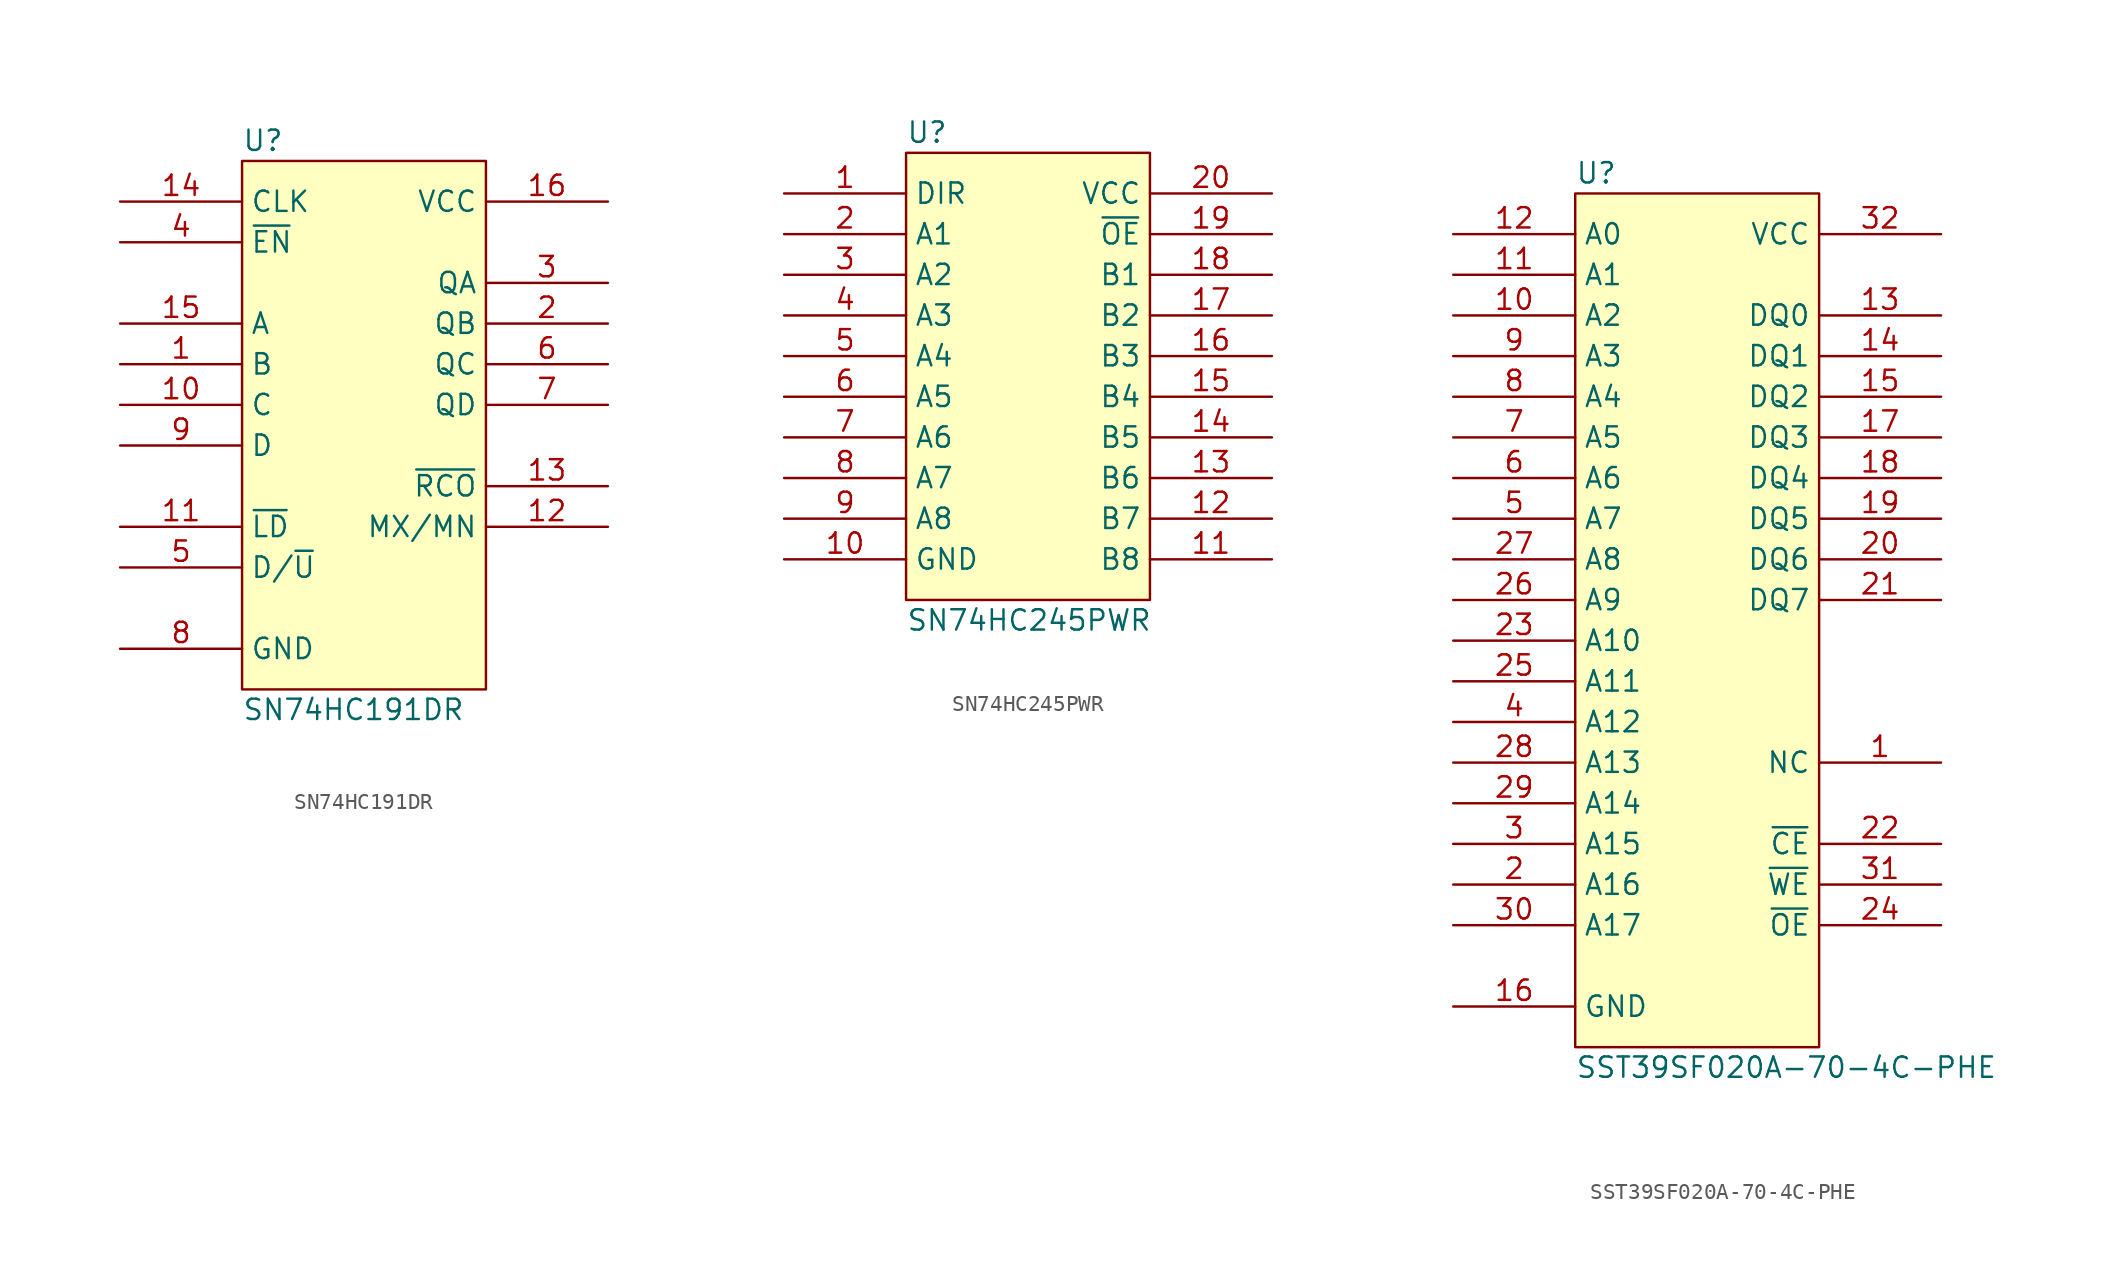
<source format=kicad_sym>
(kicad_symbol_lib
  (version 20211014)
  (generator kicad_symbol_editor)
  (symbol "SN74HC191DR"
    (property "Reference" "U"
      (at 0 3.81 0)
      (effects (font (size 1.27 1.27)) (justify left)))
    (property "Value" "SN74HC191DR"
      (at 0 -31.75 0)
      (effects (font (size 1.27 1.27)) (justify left)))
    (symbol "SN74HC191DR_1_0"
      (rectangle (start 15.24 2.54) (end 0 -30.48) (stroke (width 0) (type default) (color 0 0 0 0)) (fill (type background)))
      (pin input line (at -7.62 -10.16 0) (length 7.62) (name "B" (effects (font (size 1.27 1.27)))) (number "1" (effects (font (size 1.27 1.27)))))
      (pin input line (at -7.62 -12.7 0) (length 7.62) (name "C" (effects (font (size 1.27 1.27)))) (number "10" (effects (font (size 1.27 1.27)))))
      (pin input line (at -7.62 -20.32 0) (length 7.62) (name "~{LD}" (effects (font (size 1.27 1.27)))) (number "11" (effects (font (size 1.27 1.27)))))
      (pin output line (at 22.86 -20.32 180) (length 7.62) (name "MX/MN" (effects (font (size 1.27 1.27)))) (number "12" (effects (font (size 1.27 1.27)))))
      (pin output line (at 22.86 -17.78 180) (length 7.62) (name "~{RCO}" (effects (font (size 1.27 1.27)))) (number "13" (effects (font (size 1.27 1.27)))))
      (pin input line (at -7.62 0 0) (length 7.62) (name "CLK" (effects (font (size 1.27 1.27)))) (number "14" (effects (font (size 1.27 1.27)))))
      (pin input line (at -7.62 -7.62 0) (length 7.62) (name "A" (effects (font (size 1.27 1.27)))) (number "15" (effects (font (size 1.27 1.27)))))
      (pin power_in line (at 22.86 0 180) (length 7.62) (name "VCC" (effects (font (size 1.27 1.27)))) (number "16" (effects (font (size 1.27 1.27)))))
      (pin output line (at 22.86 -7.62 180) (length 7.62) (name "QB" (effects (font (size 1.27 1.27)))) (number "2" (effects (font (size 1.27 1.27)))))
      (pin output line (at 22.86 -5.08 180) (length 7.62) (name "QA" (effects (font (size 1.27 1.27)))) (number "3" (effects (font (size 1.27 1.27)))))
      (pin input line (at -7.62 -2.54 0) (length 7.62) (name "~{EN}" (effects (font (size 1.27 1.27)))) (number "4" (effects (font (size 1.27 1.27)))))
      (pin input line (at -7.62 -22.86 0) (length 7.62) (name "D/~{U}" (effects (font (size 1.27 1.27)))) (number "5" (effects (font (size 1.27 1.27)))))
      (pin output line (at 22.86 -10.16 180) (length 7.62) (name "QC" (effects (font (size 1.27 1.27)))) (number "6" (effects (font (size 1.27 1.27)))))
      (pin output line (at 22.86 -12.7 180) (length 7.62) (name "QD" (effects (font (size 1.27 1.27)))) (number "7" (effects (font (size 1.27 1.27)))))
      (pin power_in line (at -7.62 -27.94 0) (length 7.62) (name "GND" (effects (font (size 1.27 1.27)))) (number "8" (effects (font (size 1.27 1.27)))))
      (pin input line (at -7.62 -15.24 0) (length 7.62) (name "D" (effects (font (size 1.27 1.27)))) (number "9" (effects (font (size 1.27 1.27)))))))
  (symbol "SN74HC245PWR"
    (property "Reference" "U"
      (at 0 3.81 0)
      (effects (font (size 1.27 1.27)) (justify left)))
    (property "Value" "SN74HC245PWR"
      (at 0 -26.67 0)
      (effects (font (size 1.27 1.27)) (justify left)))
    (symbol "SN74HC245PWR_1_0"
      (rectangle (start 15.24 2.54) (end 0 -25.4) (stroke (width 0) (type default) (color 0 0 0 0)) (fill (type background)))
      (pin input line (at -7.62 0 0) (length 7.62) (name "DIR" (effects (font (size 1.27 1.27)))) (number "1" (effects (font (size 1.27 1.27)))))
      (pin power_in line (at -7.62 -22.86 0) (length 7.62) (name "GND" (effects (font (size 1.27 1.27)))) (number "10" (effects (font (size 1.27 1.27)))))
      (pin bidirectional line (at 22.86 -22.86 180) (length 7.62) (name "B8" (effects (font (size 1.27 1.27)))) (number "11" (effects (font (size 1.27 1.27)))))
      (pin bidirectional line (at 22.86 -20.32 180) (length 7.62) (name "B7" (effects (font (size 1.27 1.27)))) (number "12" (effects (font (size 1.27 1.27)))))
      (pin bidirectional line (at 22.86 -17.78 180) (length 7.62) (name "B6" (effects (font (size 1.27 1.27)))) (number "13" (effects (font (size 1.27 1.27)))))
      (pin bidirectional line (at 22.86 -15.24 180) (length 7.62) (name "B5" (effects (font (size 1.27 1.27)))) (number "14" (effects (font (size 1.27 1.27)))))
      (pin bidirectional line (at 22.86 -12.7 180) (length 7.62) (name "B4" (effects (font (size 1.27 1.27)))) (number "15" (effects (font (size 1.27 1.27)))))
      (pin bidirectional line (at 22.86 -10.16 180) (length 7.62) (name "B3" (effects (font (size 1.27 1.27)))) (number "16" (effects (font (size 1.27 1.27)))))
      (pin bidirectional line (at 22.86 -7.62 180) (length 7.62) (name "B2" (effects (font (size 1.27 1.27)))) (number "17" (effects (font (size 1.27 1.27)))))
      (pin bidirectional line (at 22.86 -5.08 180) (length 7.62) (name "B1" (effects (font (size 1.27 1.27)))) (number "18" (effects (font (size 1.27 1.27)))))
      (pin input line (at 22.86 -2.54 180) (length 7.62) (name "~{OE}" (effects (font (size 1.27 1.27)))) (number "19" (effects (font (size 1.27 1.27)))))
      (pin bidirectional line (at -7.62 -2.54 0) (length 7.62) (name "A1" (effects (font (size 1.27 1.27)))) (number "2" (effects (font (size 1.27 1.27)))))
      (pin power_in line (at 22.86 0 180) (length 7.62) (name "VCC" (effects (font (size 1.27 1.27)))) (number "20" (effects (font (size 1.27 1.27)))))
      (pin bidirectional line (at -7.62 -5.08 0) (length 7.62) (name "A2" (effects (font (size 1.27 1.27)))) (number "3" (effects (font (size 1.27 1.27)))))
      (pin bidirectional line (at -7.62 -7.62 0) (length 7.62) (name "A3" (effects (font (size 1.27 1.27)))) (number "4" (effects (font (size 1.27 1.27)))))
      (pin bidirectional line (at -7.62 -10.16 0) (length 7.62) (name "A4" (effects (font (size 1.27 1.27)))) (number "5" (effects (font (size 1.27 1.27)))))
      (pin bidirectional line (at -7.62 -12.7 0) (length 7.62) (name "A5" (effects (font (size 1.27 1.27)))) (number "6" (effects (font (size 1.27 1.27)))))
      (pin bidirectional line (at -7.62 -15.24 0) (length 7.62) (name "A6" (effects (font (size 1.27 1.27)))) (number "7" (effects (font (size 1.27 1.27)))))
      (pin bidirectional line (at -7.62 -17.78 0) (length 7.62) (name "A7" (effects (font (size 1.27 1.27)))) (number "8" (effects (font (size 1.27 1.27)))))
      (pin bidirectional line (at -7.62 -20.32 0) (length 7.62) (name "A8" (effects (font (size 1.27 1.27)))) (number "9" (effects (font (size 1.27 1.27)))))))
  (symbol "SST39SF020A-70-4C-PHE"
    (property "Reference" "U"
      (at 0 3.81 0)
      (effects (font (size 1.27 1.27)) (justify left)))
    (property "Value" "SST39SF020A-70-4C-PHE"
      (at 0 -52.07 0)
      (effects (font (size 1.27 1.27)) (justify left)))
    (symbol "SST39SF020A-70-4C-PHE_1_0"
      (rectangle (start 15.24 2.54) (end 0 -50.8) (stroke (width 0) (type default) (color 0 0 0 0)) (fill (type background)))
      (pin passive line (at 22.86 -33.02 180) (length 7.62) (name "NC" (effects (font (size 1.27 1.27)))) (number "1" (effects (font (size 1.27 1.27)))))
      (pin input line (at -7.62 -5.08 0) (length 7.62) (name "A2" (effects (font (size 1.27 1.27)))) (number "10" (effects (font (size 1.27 1.27)))))
      (pin input line (at -7.62 -2.54 0) (length 7.62) (name "A1" (effects (font (size 1.27 1.27)))) (number "11" (effects (font (size 1.27 1.27)))))
      (pin input line (at -7.62 0 0) (length 7.62) (name "A0" (effects (font (size 1.27 1.27)))) (number "12" (effects (font (size 1.27 1.27)))))
      (pin bidirectional line (at 22.86 -5.08 180) (length 7.62) (name "DQ0" (effects (font (size 1.27 1.27)))) (number "13" (effects (font (size 1.27 1.27)))))
      (pin bidirectional line (at 22.86 -7.62 180) (length 7.62) (name "DQ1" (effects (font (size 1.27 1.27)))) (number "14" (effects (font (size 1.27 1.27)))))
      (pin bidirectional line (at 22.86 -10.16 180) (length 7.62) (name "DQ2" (effects (font (size 1.27 1.27)))) (number "15" (effects (font (size 1.27 1.27)))))
      (pin power_in line (at -7.62 -48.26 0) (length 7.62) (name "GND" (effects (font (size 1.27 1.27)))) (number "16" (effects (font (size 1.27 1.27)))))
      (pin bidirectional line (at 22.86 -12.7 180) (length 7.62) (name "DQ3" (effects (font (size 1.27 1.27)))) (number "17" (effects (font (size 1.27 1.27)))))
      (pin bidirectional line (at 22.86 -15.24 180) (length 7.62) (name "DQ4" (effects (font (size 1.27 1.27)))) (number "18" (effects (font (size 1.27 1.27)))))
      (pin bidirectional line (at 22.86 -17.78 180) (length 7.62) (name "DQ5" (effects (font (size 1.27 1.27)))) (number "19" (effects (font (size 1.27 1.27)))))
      (pin input line (at -7.62 -40.64 0) (length 7.62) (name "A16" (effects (font (size 1.27 1.27)))) (number "2" (effects (font (size 1.27 1.27)))))
      (pin bidirectional line (at 22.86 -20.32 180) (length 7.62) (name "DQ6" (effects (font (size 1.27 1.27)))) (number "20" (effects (font (size 1.27 1.27)))))
      (pin bidirectional line (at 22.86 -22.86 180) (length 7.62) (name "DQ7" (effects (font (size 1.27 1.27)))) (number "21" (effects (font (size 1.27 1.27)))))
      (pin input line (at 22.86 -38.1 180) (length 7.62) (name "~{CE}" (effects (font (size 1.27 1.27)))) (number "22" (effects (font (size 1.27 1.27)))))
      (pin input line (at -7.62 -25.4 0) (length 7.62) (name "A10" (effects (font (size 1.27 1.27)))) (number "23" (effects (font (size 1.27 1.27)))))
      (pin input line (at 22.86 -43.18 180) (length 7.62) (name "~{OE}" (effects (font (size 1.27 1.27)))) (number "24" (effects (font (size 1.27 1.27)))))
      (pin input line (at -7.62 -27.94 0) (length 7.62) (name "A11" (effects (font (size 1.27 1.27)))) (number "25" (effects (font (size 1.27 1.27)))))
      (pin input line (at -7.62 -22.86 0) (length 7.62) (name "A9" (effects (font (size 1.27 1.27)))) (number "26" (effects (font (size 1.27 1.27)))))
      (pin input line (at -7.62 -20.32 0) (length 7.62) (name "A8" (effects (font (size 1.27 1.27)))) (number "27" (effects (font (size 1.27 1.27)))))
      (pin input line (at -7.62 -33.02 0) (length 7.62) (name "A13" (effects (font (size 1.27 1.27)))) (number "28" (effects (font (size 1.27 1.27)))))
      (pin input line (at -7.62 -35.56 0) (length 7.62) (name "A14" (effects (font (size 1.27 1.27)))) (number "29" (effects (font (size 1.27 1.27)))))
      (pin input line (at -7.62 -38.1 0) (length 7.62) (name "A15" (effects (font (size 1.27 1.27)))) (number "3" (effects (font (size 1.27 1.27)))))
      (pin input line (at -7.62 -43.18 0) (length 7.62) (name "A17" (effects (font (size 1.27 1.27)))) (number "30" (effects (font (size 1.27 1.27)))))
      (pin input line (at 22.86 -40.64 180) (length 7.62) (name "~{WE}" (effects (font (size 1.27 1.27)))) (number "31" (effects (font (size 1.27 1.27)))))
      (pin power_in line (at 22.86 0 180) (length 7.62) (name "VCC" (effects (font (size 1.27 1.27)))) (number "32" (effects (font (size 1.27 1.27)))))
      (pin input line (at -7.62 -30.48 0) (length 7.62) (name "A12" (effects (font (size 1.27 1.27)))) (number "4" (effects (font (size 1.27 1.27)))))
      (pin input line (at -7.62 -17.78 0) (length 7.62) (name "A7" (effects (font (size 1.27 1.27)))) (number "5" (effects (font (size 1.27 1.27)))))
      (pin input line (at -7.62 -15.24 0) (length 7.62) (name "A6" (effects (font (size 1.27 1.27)))) (number "6" (effects (font (size 1.27 1.27)))))
      (pin input line (at -7.62 -12.7 0) (length 7.62) (name "A5" (effects (font (size 1.27 1.27)))) (number "7" (effects (font (size 1.27 1.27)))))
      (pin input line (at -7.62 -10.16 0) (length 7.62) (name "A4" (effects (font (size 1.27 1.27)))) (number "8" (effects (font (size 1.27 1.27)))))
      (pin input line (at -7.62 -7.62 0) (length 7.62) (name "A3" (effects (font (size 1.27 1.27)))) (number "9" (effects (font (size 1.27 1.27))))))))
</source>
